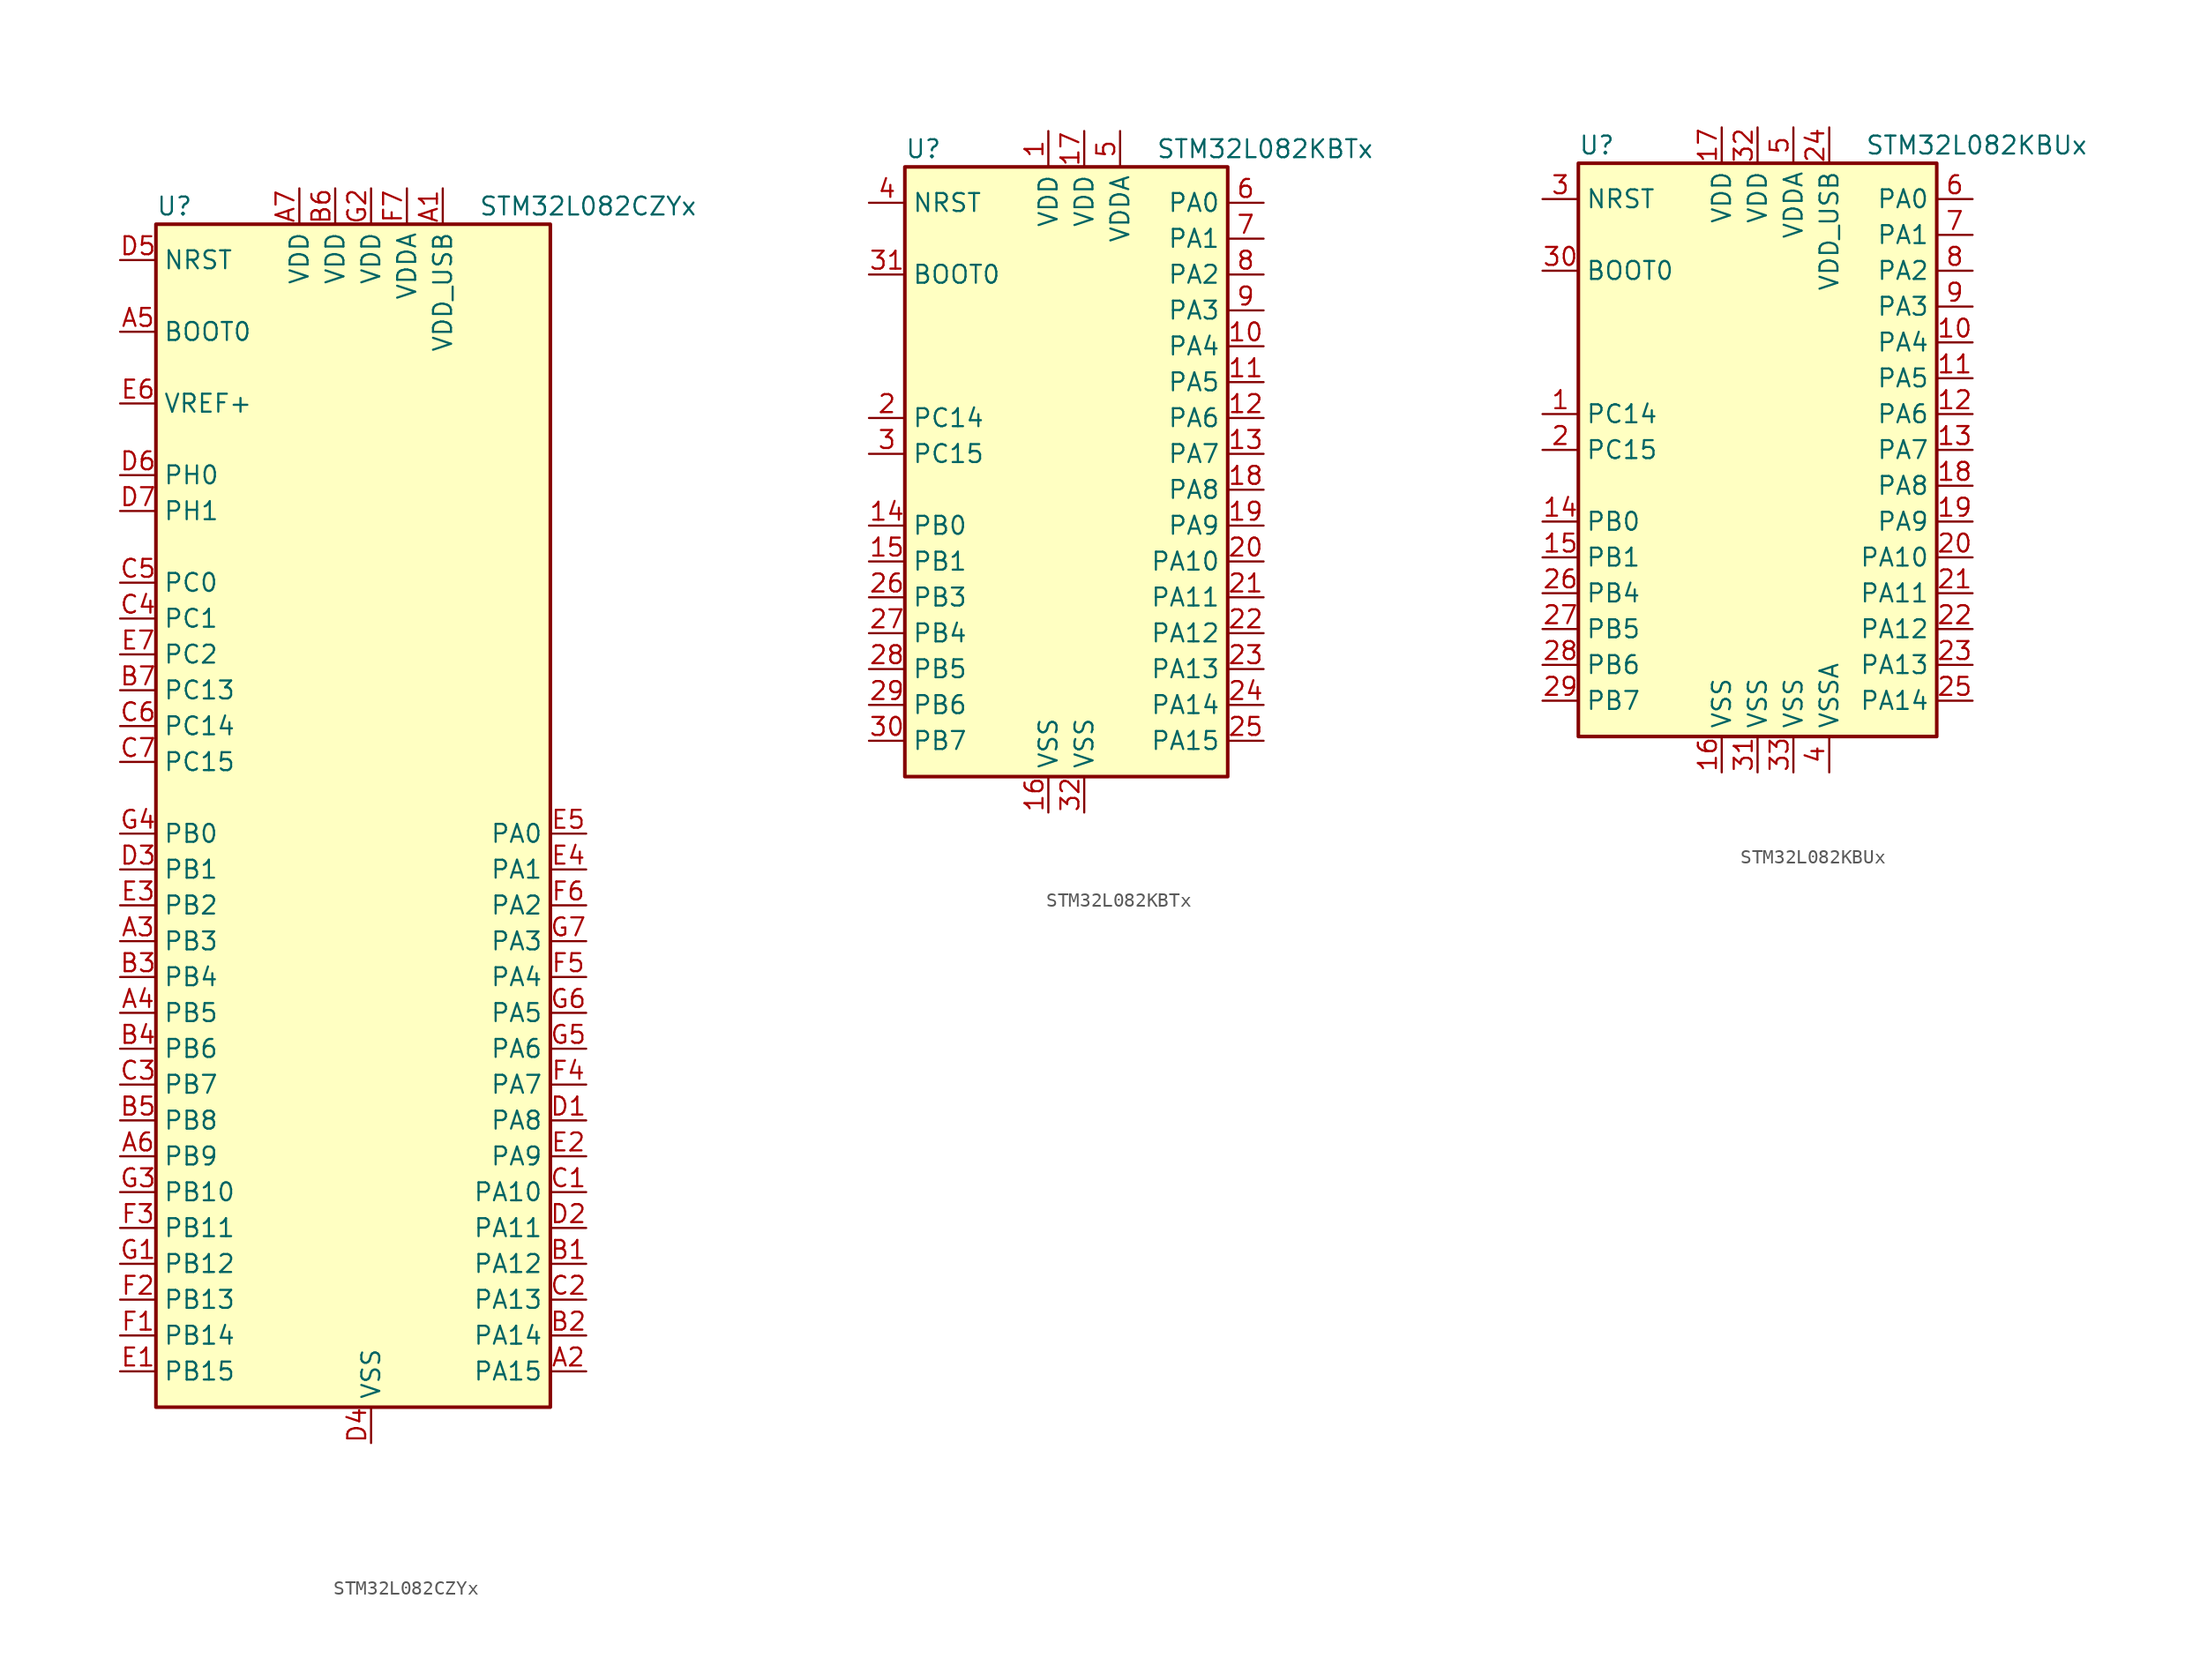
<source format=kicad_sym>
(kicad_symbol_lib
  (version 20201005)
  (generator kicad_symbol_editor)
  (symbol "STM32L082CZYx"
    (property "Reference" "U"
      (at -15.24 41.91 0)
      (effects (font (size 1.27 1.27)) (justify left)))
    (property "Value" "STM32L082CZYx"
      (at 7.62 41.91 0)
      (effects (font (size 1.27 1.27)) (justify left)))
    (symbol "STM32L082CZYx_0_1"
      (rectangle (start -15.24 -43.18) (end 12.7 40.64) (stroke (width 0.254)) (fill (type background))))
    (symbol "STM32L082CZYx_1_1"
      (pin power_in line (at 5.08 43.18 270) (length 2.54) (name "VDD_USB" (effects (font (size 1.27 1.27)))) (number "A1" (effects (font (size 1.27 1.27)))))
      (pin bidirectional line (at 15.24 -40.64 180) (length 2.54) (name "PA15" (effects (font (size 1.27 1.27)))) (number "A2" (effects (font (size 1.27 1.27)))))
      (pin bidirectional line (at -17.78 -10.16 0) (length 2.54) (name "PB3" (effects (font (size 1.27 1.27)))) (number "A3" (effects (font (size 1.27 1.27)))))
      (pin bidirectional line (at -17.78 -15.24 0) (length 2.54) (name "PB5" (effects (font (size 1.27 1.27)))) (number "A4" (effects (font (size 1.27 1.27)))))
      (pin input line (at -17.78 33.02 0) (length 2.54) (name "BOOT0" (effects (font (size 1.27 1.27)))) (number "A5" (effects (font (size 1.27 1.27)))))
      (pin bidirectional line (at -17.78 -25.4 0) (length 2.54) (name "PB9" (effects (font (size 1.27 1.27)))) (number "A6" (effects (font (size 1.27 1.27)))))
      (pin power_in line (at -5.08 43.18 270) (length 2.54) (name "VDD" (effects (font (size 1.27 1.27)))) (number "A7" (effects (font (size 1.27 1.27)))))
      (pin bidirectional line (at 15.24 -33.02 180) (length 2.54) (name "PA12" (effects (font (size 1.27 1.27)))) (number "B1" (effects (font (size 1.27 1.27)))))
      (pin bidirectional line (at 15.24 -38.1 180) (length 2.54) (name "PA14" (effects (font (size 1.27 1.27)))) (number "B2" (effects (font (size 1.27 1.27)))))
      (pin bidirectional line (at -17.78 -12.7 0) (length 2.54) (name "PB4" (effects (font (size 1.27 1.27)))) (number "B3" (effects (font (size 1.27 1.27)))))
      (pin bidirectional line (at -17.78 -17.78 0) (length 2.54) (name "PB6" (effects (font (size 1.27 1.27)))) (number "B4" (effects (font (size 1.27 1.27)))))
      (pin bidirectional line (at -17.78 -22.86 0) (length 2.54) (name "PB8" (effects (font (size 1.27 1.27)))) (number "B5" (effects (font (size 1.27 1.27)))))
      (pin power_in line (at -2.54 43.18 270) (length 2.54) (name "VDD" (effects (font (size 1.27 1.27)))) (number "B6" (effects (font (size 1.27 1.27)))))
      (pin bidirectional line (at -17.78 7.62 0) (length 2.54) (name "PC13" (effects (font (size 1.27 1.27)))) (number "B7" (effects (font (size 1.27 1.27)))))
      (pin bidirectional line (at 15.24 -27.94 180) (length 2.54) (name "PA10" (effects (font (size 1.27 1.27)))) (number "C1" (effects (font (size 1.27 1.27)))))
      (pin bidirectional line (at 15.24 -35.56 180) (length 2.54) (name "PA13" (effects (font (size 1.27 1.27)))) (number "C2" (effects (font (size 1.27 1.27)))))
      (pin bidirectional line (at -17.78 -20.32 0) (length 2.54) (name "PB7" (effects (font (size 1.27 1.27)))) (number "C3" (effects (font (size 1.27 1.27)))))
      (pin bidirectional line (at -17.78 12.7 0) (length 2.54) (name "PC1" (effects (font (size 1.27 1.27)))) (number "C4" (effects (font (size 1.27 1.27)))))
      (pin bidirectional line (at -17.78 15.24 0) (length 2.54) (name "PC0" (effects (font (size 1.27 1.27)))) (number "C5" (effects (font (size 1.27 1.27)))))
      (pin bidirectional line (at -17.78 5.08 0) (length 2.54) (name "PC14" (effects (font (size 1.27 1.27)))) (number "C6" (effects (font (size 1.27 1.27)))))
      (pin bidirectional line (at -17.78 2.54 0) (length 2.54) (name "PC15" (effects (font (size 1.27 1.27)))) (number "C7" (effects (font (size 1.27 1.27)))))
      (pin bidirectional line (at 15.24 -22.86 180) (length 2.54) (name "PA8" (effects (font (size 1.27 1.27)))) (number "D1" (effects (font (size 1.27 1.27)))))
      (pin bidirectional line (at 15.24 -30.48 180) (length 2.54) (name "PA11" (effects (font (size 1.27 1.27)))) (number "D2" (effects (font (size 1.27 1.27)))))
      (pin bidirectional line (at -17.78 -5.08 0) (length 2.54) (name "PB1" (effects (font (size 1.27 1.27)))) (number "D3" (effects (font (size 1.27 1.27)))))
      (pin power_in line (at 0 -45.72 90) (length 2.54) (name "VSS" (effects (font (size 1.27 1.27)))) (number "D4" (effects (font (size 1.27 1.27)))))
      (pin input line (at -17.78 38.1 0) (length 2.54) (name "NRST" (effects (font (size 1.27 1.27)))) (number "D5" (effects (font (size 1.27 1.27)))))
      (pin input line (at -17.78 22.86 0) (length 2.54) (name "PH0" (effects (font (size 1.27 1.27)))) (number "D6" (effects (font (size 1.27 1.27)))))
      (pin input line (at -17.78 20.32 0) (length 2.54) (name "PH1" (effects (font (size 1.27 1.27)))) (number "D7" (effects (font (size 1.27 1.27)))))
      (pin bidirectional line (at -17.78 -40.64 0) (length 2.54) (name "PB15" (effects (font (size 1.27 1.27)))) (number "E1" (effects (font (size 1.27 1.27)))))
      (pin bidirectional line (at 15.24 -25.4 180) (length 2.54) (name "PA9" (effects (font (size 1.27 1.27)))) (number "E2" (effects (font (size 1.27 1.27)))))
      (pin bidirectional line (at -17.78 -7.62 0) (length 2.54) (name "PB2" (effects (font (size 1.27 1.27)))) (number "E3" (effects (font (size 1.27 1.27)))))
      (pin bidirectional line (at 15.24 -5.08 180) (length 2.54) (name "PA1" (effects (font (size 1.27 1.27)))) (number "E4" (effects (font (size 1.27 1.27)))))
      (pin bidirectional line (at 15.24 -2.54 180) (length 2.54) (name "PA0" (effects (font (size 1.27 1.27)))) (number "E5" (effects (font (size 1.27 1.27)))))
      (pin power_in line (at -17.78 27.94 0) (length 2.54) (name "VREF+" (effects (font (size 1.27 1.27)))) (number "E6" (effects (font (size 1.27 1.27)))))
      (pin bidirectional line (at -17.78 10.16 0) (length 2.54) (name "PC2" (effects (font (size 1.27 1.27)))) (number "E7" (effects (font (size 1.27 1.27)))))
      (pin bidirectional line (at -17.78 -38.1 0) (length 2.54) (name "PB14" (effects (font (size 1.27 1.27)))) (number "F1" (effects (font (size 1.27 1.27)))))
      (pin bidirectional line (at -17.78 -35.56 0) (length 2.54) (name "PB13" (effects (font (size 1.27 1.27)))) (number "F2" (effects (font (size 1.27 1.27)))))
      (pin bidirectional line (at -17.78 -30.48 0) (length 2.54) (name "PB11" (effects (font (size 1.27 1.27)))) (number "F3" (effects (font (size 1.27 1.27)))))
      (pin bidirectional line (at 15.24 -20.32 180) (length 2.54) (name "PA7" (effects (font (size 1.27 1.27)))) (number "F4" (effects (font (size 1.27 1.27)))))
      (pin bidirectional line (at 15.24 -12.7 180) (length 2.54) (name "PA4" (effects (font (size 1.27 1.27)))) (number "F5" (effects (font (size 1.27 1.27)))))
      (pin bidirectional line (at 15.24 -7.62 180) (length 2.54) (name "PA2" (effects (font (size 1.27 1.27)))) (number "F6" (effects (font (size 1.27 1.27)))))
      (pin power_in line (at 2.54 43.18 270) (length 2.54) (name "VDDA" (effects (font (size 1.27 1.27)))) (number "F7" (effects (font (size 1.27 1.27)))))
      (pin bidirectional line (at -17.78 -33.02 0) (length 2.54) (name "PB12" (effects (font (size 1.27 1.27)))) (number "G1" (effects (font (size 1.27 1.27)))))
      (pin power_in line (at 0 43.18 270) (length 2.54) (name "VDD" (effects (font (size 1.27 1.27)))) (number "G2" (effects (font (size 1.27 1.27)))))
      (pin bidirectional line (at -17.78 -27.94 0) (length 2.54) (name "PB10" (effects (font (size 1.27 1.27)))) (number "G3" (effects (font (size 1.27 1.27)))))
      (pin bidirectional line (at -17.78 -2.54 0) (length 2.54) (name "PB0" (effects (font (size 1.27 1.27)))) (number "G4" (effects (font (size 1.27 1.27)))))
      (pin bidirectional line (at 15.24 -17.78 180) (length 2.54) (name "PA6" (effects (font (size 1.27 1.27)))) (number "G5" (effects (font (size 1.27 1.27)))))
      (pin bidirectional line (at 15.24 -15.24 180) (length 2.54) (name "PA5" (effects (font (size 1.27 1.27)))) (number "G6" (effects (font (size 1.27 1.27)))))
      (pin bidirectional line (at 15.24 -10.16 180) (length 2.54) (name "PA3" (effects (font (size 1.27 1.27)))) (number "G7" (effects (font (size 1.27 1.27)))))))
  (symbol "STM32L082KBTx"
    (property "Reference" "U"
      (at -12.7 21.59 0)
      (effects (font (size 1.27 1.27)) (justify left)))
    (property "Value" "STM32L082KBTx"
      (at 5.08 21.59 0)
      (effects (font (size 1.27 1.27)) (justify left)))
    (symbol "STM32L082KBTx_0_1"
      (rectangle (start -12.7 -22.86) (end 10.16 20.32) (stroke (width 0.254)) (fill (type background))))
    (symbol "STM32L082KBTx_1_1"
      (pin power_in line (at -2.54 22.86 270) (length 2.54) (name "VDD" (effects (font (size 1.27 1.27)))) (number "1" (effects (font (size 1.27 1.27)))))
      (pin bidirectional line (at 12.7 7.62 180) (length 2.54) (name "PA4" (effects (font (size 1.27 1.27)))) (number "10" (effects (font (size 1.27 1.27)))))
      (pin bidirectional line (at 12.7 5.08 180) (length 2.54) (name "PA5" (effects (font (size 1.27 1.27)))) (number "11" (effects (font (size 1.27 1.27)))))
      (pin bidirectional line (at 12.7 2.54 180) (length 2.54) (name "PA6" (effects (font (size 1.27 1.27)))) (number "12" (effects (font (size 1.27 1.27)))))
      (pin bidirectional line (at 12.7 0 180) (length 2.54) (name "PA7" (effects (font (size 1.27 1.27)))) (number "13" (effects (font (size 1.27 1.27)))))
      (pin bidirectional line (at -15.24 -5.08 0) (length 2.54) (name "PB0" (effects (font (size 1.27 1.27)))) (number "14" (effects (font (size 1.27 1.27)))))
      (pin bidirectional line (at -15.24 -7.62 0) (length 2.54) (name "PB1" (effects (font (size 1.27 1.27)))) (number "15" (effects (font (size 1.27 1.27)))))
      (pin power_in line (at -2.54 -25.4 90) (length 2.54) (name "VSS" (effects (font (size 1.27 1.27)))) (number "16" (effects (font (size 1.27 1.27)))))
      (pin power_in line (at 0 22.86 270) (length 2.54) (name "VDD" (effects (font (size 1.27 1.27)))) (number "17" (effects (font (size 1.27 1.27)))))
      (pin bidirectional line (at 12.7 -2.54 180) (length 2.54) (name "PA8" (effects (font (size 1.27 1.27)))) (number "18" (effects (font (size 1.27 1.27)))))
      (pin bidirectional line (at 12.7 -5.08 180) (length 2.54) (name "PA9" (effects (font (size 1.27 1.27)))) (number "19" (effects (font (size 1.27 1.27)))))
      (pin bidirectional line (at -15.24 2.54 0) (length 2.54) (name "PC14" (effects (font (size 1.27 1.27)))) (number "2" (effects (font (size 1.27 1.27)))))
      (pin bidirectional line (at 12.7 -7.62 180) (length 2.54) (name "PA10" (effects (font (size 1.27 1.27)))) (number "20" (effects (font (size 1.27 1.27)))))
      (pin bidirectional line (at 12.7 -10.16 180) (length 2.54) (name "PA11" (effects (font (size 1.27 1.27)))) (number "21" (effects (font (size 1.27 1.27)))))
      (pin bidirectional line (at 12.7 -12.7 180) (length 2.54) (name "PA12" (effects (font (size 1.27 1.27)))) (number "22" (effects (font (size 1.27 1.27)))))
      (pin bidirectional line (at 12.7 -15.24 180) (length 2.54) (name "PA13" (effects (font (size 1.27 1.27)))) (number "23" (effects (font (size 1.27 1.27)))))
      (pin bidirectional line (at 12.7 -17.78 180) (length 2.54) (name "PA14" (effects (font (size 1.27 1.27)))) (number "24" (effects (font (size 1.27 1.27)))))
      (pin bidirectional line (at 12.7 -20.32 180) (length 2.54) (name "PA15" (effects (font (size 1.27 1.27)))) (number "25" (effects (font (size 1.27 1.27)))))
      (pin bidirectional line (at -15.24 -10.16 0) (length 2.54) (name "PB3" (effects (font (size 1.27 1.27)))) (number "26" (effects (font (size 1.27 1.27)))))
      (pin bidirectional line (at -15.24 -12.7 0) (length 2.54) (name "PB4" (effects (font (size 1.27 1.27)))) (number "27" (effects (font (size 1.27 1.27)))))
      (pin bidirectional line (at -15.24 -15.24 0) (length 2.54) (name "PB5" (effects (font (size 1.27 1.27)))) (number "28" (effects (font (size 1.27 1.27)))))
      (pin bidirectional line (at -15.24 -17.78 0) (length 2.54) (name "PB6" (effects (font (size 1.27 1.27)))) (number "29" (effects (font (size 1.27 1.27)))))
      (pin bidirectional line (at -15.24 0 0) (length 2.54) (name "PC15" (effects (font (size 1.27 1.27)))) (number "3" (effects (font (size 1.27 1.27)))))
      (pin bidirectional line (at -15.24 -20.32 0) (length 2.54) (name "PB7" (effects (font (size 1.27 1.27)))) (number "30" (effects (font (size 1.27 1.27)))))
      (pin input line (at -15.24 12.7 0) (length 2.54) (name "BOOT0" (effects (font (size 1.27 1.27)))) (number "31" (effects (font (size 1.27 1.27)))))
      (pin power_in line (at 0 -25.4 90) (length 2.54) (name "VSS" (effects (font (size 1.27 1.27)))) (number "32" (effects (font (size 1.27 1.27)))))
      (pin input line (at -15.24 17.78 0) (length 2.54) (name "NRST" (effects (font (size 1.27 1.27)))) (number "4" (effects (font (size 1.27 1.27)))))
      (pin power_in line (at 2.54 22.86 270) (length 2.54) (name "VDDA" (effects (font (size 1.27 1.27)))) (number "5" (effects (font (size 1.27 1.27)))))
      (pin bidirectional line (at 12.7 17.78 180) (length 2.54) (name "PA0" (effects (font (size 1.27 1.27)))) (number "6" (effects (font (size 1.27 1.27)))))
      (pin bidirectional line (at 12.7 15.24 180) (length 2.54) (name "PA1" (effects (font (size 1.27 1.27)))) (number "7" (effects (font (size 1.27 1.27)))))
      (pin bidirectional line (at 12.7 12.7 180) (length 2.54) (name "PA2" (effects (font (size 1.27 1.27)))) (number "8" (effects (font (size 1.27 1.27)))))
      (pin bidirectional line (at 12.7 10.16 180) (length 2.54) (name "PA3" (effects (font (size 1.27 1.27)))) (number "9" (effects (font (size 1.27 1.27)))))))
  (symbol "STM32L082KBUx"
    (property "Reference" "U"
      (at -12.7 21.59 0)
      (effects (font (size 1.27 1.27)) (justify left)))
    (property "Value" "STM32L082KBUx"
      (at 7.62 21.59 0)
      (effects (font (size 1.27 1.27)) (justify left)))
    (symbol "STM32L082KBUx_0_1"
      (rectangle (start -12.7 -20.32) (end 12.7 20.32) (stroke (width 0.254)) (fill (type background))))
    (symbol "STM32L082KBUx_1_1"
      (pin bidirectional line (at -15.24 2.54 0) (length 2.54) (name "PC14" (effects (font (size 1.27 1.27)))) (number "1" (effects (font (size 1.27 1.27)))))
      (pin bidirectional line (at 15.24 7.62 180) (length 2.54) (name "PA4" (effects (font (size 1.27 1.27)))) (number "10" (effects (font (size 1.27 1.27)))))
      (pin bidirectional line (at 15.24 5.08 180) (length 2.54) (name "PA5" (effects (font (size 1.27 1.27)))) (number "11" (effects (font (size 1.27 1.27)))))
      (pin bidirectional line (at 15.24 2.54 180) (length 2.54) (name "PA6" (effects (font (size 1.27 1.27)))) (number "12" (effects (font (size 1.27 1.27)))))
      (pin bidirectional line (at 15.24 0 180) (length 2.54) (name "PA7" (effects (font (size 1.27 1.27)))) (number "13" (effects (font (size 1.27 1.27)))))
      (pin bidirectional line (at -15.24 -5.08 0) (length 2.54) (name "PB0" (effects (font (size 1.27 1.27)))) (number "14" (effects (font (size 1.27 1.27)))))
      (pin bidirectional line (at -15.24 -7.62 0) (length 2.54) (name "PB1" (effects (font (size 1.27 1.27)))) (number "15" (effects (font (size 1.27 1.27)))))
      (pin power_in line (at -2.54 -22.86 90) (length 2.54) (name "VSS" (effects (font (size 1.27 1.27)))) (number "16" (effects (font (size 1.27 1.27)))))
      (pin power_in line (at -2.54 22.86 270) (length 2.54) (name "VDD" (effects (font (size 1.27 1.27)))) (number "17" (effects (font (size 1.27 1.27)))))
      (pin bidirectional line (at 15.24 -2.54 180) (length 2.54) (name "PA8" (effects (font (size 1.27 1.27)))) (number "18" (effects (font (size 1.27 1.27)))))
      (pin bidirectional line (at 15.24 -5.08 180) (length 2.54) (name "PA9" (effects (font (size 1.27 1.27)))) (number "19" (effects (font (size 1.27 1.27)))))
      (pin bidirectional line (at -15.24 0 0) (length 2.54) (name "PC15" (effects (font (size 1.27 1.27)))) (number "2" (effects (font (size 1.27 1.27)))))
      (pin bidirectional line (at 15.24 -7.62 180) (length 2.54) (name "PA10" (effects (font (size 1.27 1.27)))) (number "20" (effects (font (size 1.27 1.27)))))
      (pin bidirectional line (at 15.24 -10.16 180) (length 2.54) (name "PA11" (effects (font (size 1.27 1.27)))) (number "21" (effects (font (size 1.27 1.27)))))
      (pin bidirectional line (at 15.24 -12.7 180) (length 2.54) (name "PA12" (effects (font (size 1.27 1.27)))) (number "22" (effects (font (size 1.27 1.27)))))
      (pin bidirectional line (at 15.24 -15.24 180) (length 2.54) (name "PA13" (effects (font (size 1.27 1.27)))) (number "23" (effects (font (size 1.27 1.27)))))
      (pin power_in line (at 5.08 22.86 270) (length 2.54) (name "VDD_USB" (effects (font (size 1.27 1.27)))) (number "24" (effects (font (size 1.27 1.27)))))
      (pin bidirectional line (at 15.24 -17.78 180) (length 2.54) (name "PA14" (effects (font (size 1.27 1.27)))) (number "25" (effects (font (size 1.27 1.27)))))
      (pin bidirectional line (at -15.24 -10.16 0) (length 2.54) (name "PB4" (effects (font (size 1.27 1.27)))) (number "26" (effects (font (size 1.27 1.27)))))
      (pin bidirectional line (at -15.24 -12.7 0) (length 2.54) (name "PB5" (effects (font (size 1.27 1.27)))) (number "27" (effects (font (size 1.27 1.27)))))
      (pin bidirectional line (at -15.24 -15.24 0) (length 2.54) (name "PB6" (effects (font (size 1.27 1.27)))) (number "28" (effects (font (size 1.27 1.27)))))
      (pin bidirectional line (at -15.24 -17.78 0) (length 2.54) (name "PB7" (effects (font (size 1.27 1.27)))) (number "29" (effects (font (size 1.27 1.27)))))
      (pin input line (at -15.24 17.78 0) (length 2.54) (name "NRST" (effects (font (size 1.27 1.27)))) (number "3" (effects (font (size 1.27 1.27)))))
      (pin input line (at -15.24 12.7 0) (length 2.54) (name "BOOT0" (effects (font (size 1.27 1.27)))) (number "30" (effects (font (size 1.27 1.27)))))
      (pin power_in line (at 0 -22.86 90) (length 2.54) (name "VSS" (effects (font (size 1.27 1.27)))) (number "31" (effects (font (size 1.27 1.27)))))
      (pin power_in line (at 0 22.86 270) (length 2.54) (name "VDD" (effects (font (size 1.27 1.27)))) (number "32" (effects (font (size 1.27 1.27)))))
      (pin power_in line (at 2.54 -22.86 90) (length 2.54) (name "VSS" (effects (font (size 1.27 1.27)))) (number "33" (effects (font (size 1.27 1.27)))))
      (pin power_in line (at 5.08 -22.86 90) (length 2.54) (name "VSSA" (effects (font (size 1.27 1.27)))) (number "4" (effects (font (size 1.27 1.27)))))
      (pin power_in line (at 2.54 22.86 270) (length 2.54) (name "VDDA" (effects (font (size 1.27 1.27)))) (number "5" (effects (font (size 1.27 1.27)))))
      (pin bidirectional line (at 15.24 17.78 180) (length 2.54) (name "PA0" (effects (font (size 1.27 1.27)))) (number "6" (effects (font (size 1.27 1.27)))))
      (pin bidirectional line (at 15.24 15.24 180) (length 2.54) (name "PA1" (effects (font (size 1.27 1.27)))) (number "7" (effects (font (size 1.27 1.27)))))
      (pin bidirectional line (at 15.24 12.7 180) (length 2.54) (name "PA2" (effects (font (size 1.27 1.27)))) (number "8" (effects (font (size 1.27 1.27)))))
      (pin bidirectional line (at 15.24 10.16 180) (length 2.54) (name "PA3" (effects (font (size 1.27 1.27)))) (number "9" (effects (font (size 1.27 1.27))))))))
</source>
